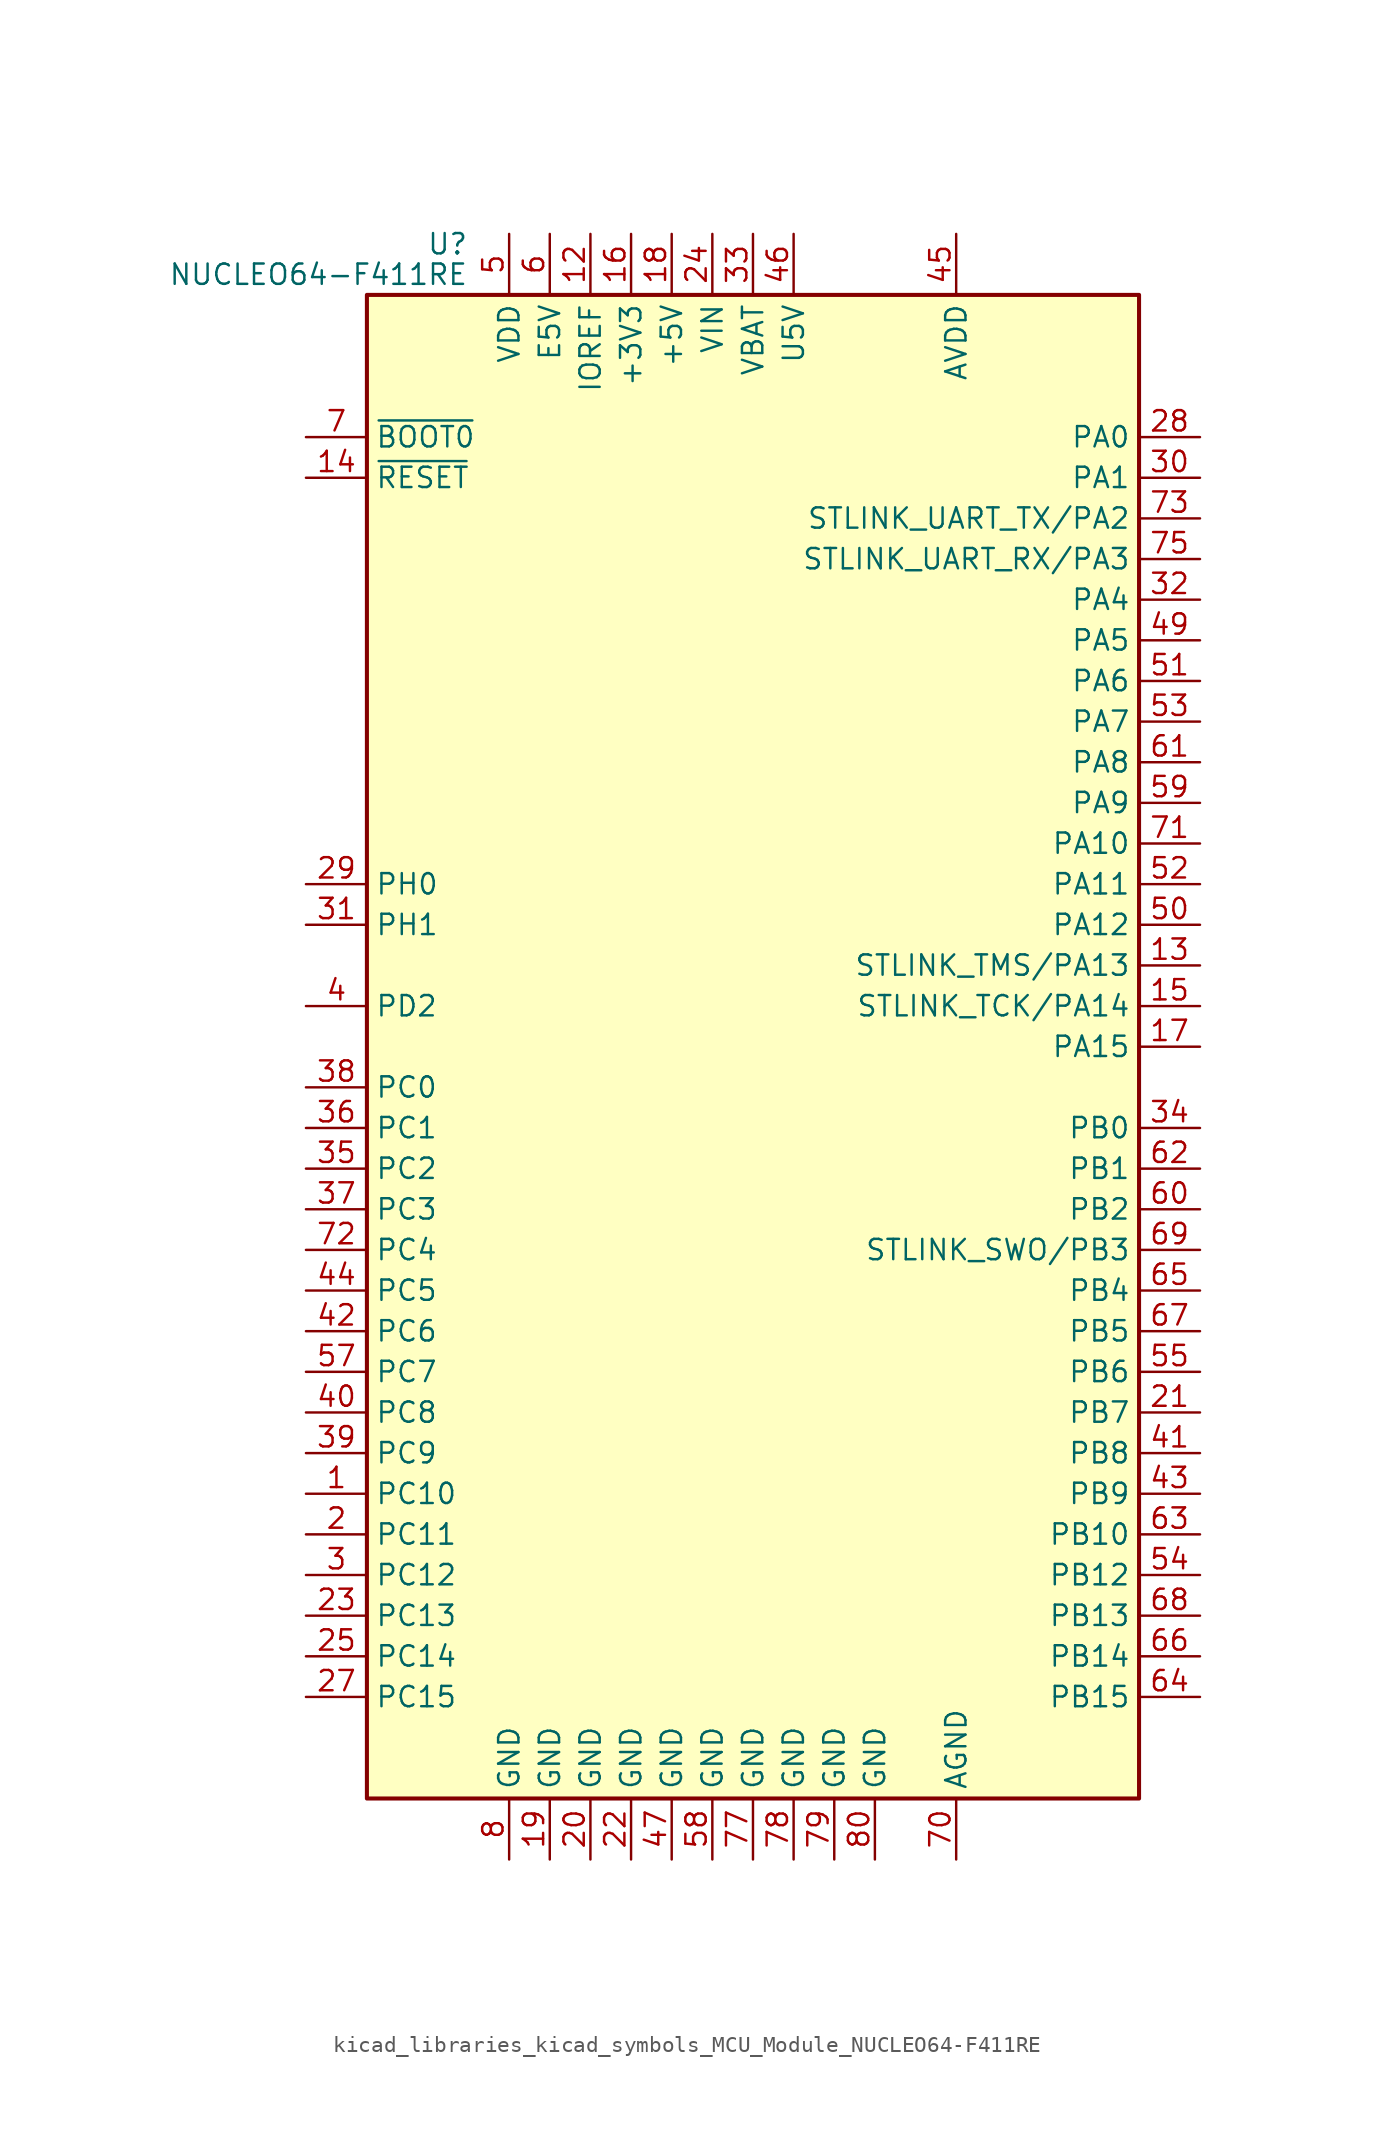
<source format=kicad_sym>
(kicad_symbol_lib
  (version 20220914)
  (generator kicad_symbol_editor)
  (symbol "kicad_libraries_kicad_symbols_MCU_Module_NUCLEO64-F411RE"
    (property "Reference" "U"
      (at -17.78 50.165 0)
      (effects (font (size 1.27 1.27)) (justify right)))
    (property "Value" "NUCLEO64-F411RE"
      (at -17.78 48.26 0)
      (effects (font (size 1.27 1.27)) (justify right)))
    (symbol "kicad_libraries_kicad_symbols_MCU_Module_NUCLEO64-F411RE_0_1"
      (rectangle (start -24.13 -46.99) (end 24.13 46.99) (stroke (width 0.254) (type default)) (fill (type background))))
    (symbol "kicad_libraries_kicad_symbols_MCU_Module_NUCLEO64-F411RE_1_1"
      (pin bidirectional line (at -27.94 -27.94 0) (length 3.81) (name "PC10" (effects (font (size 1.27 1.27)))) (number "1" (effects (font (size 1.27 1.27)))))
      (pin no_connect line (at -24.13 20.32 0) (length 3.81) hide (name "NC" (effects (font (size 1.27 1.27)))) (number "10" (effects (font (size 1.27 1.27)))))
      (pin no_connect line (at -24.13 15.24 0) (length 3.81) hide (name "NC" (effects (font (size 1.27 1.27)))) (number "11" (effects (font (size 1.27 1.27)))))
      (pin power_in line (at -10.16 50.8 270) (length 3.81) (name "IOREF" (effects (font (size 1.27 1.27)))) (number "12" (effects (font (size 1.27 1.27)))))
      (pin bidirectional line (at 27.94 5.08 180) (length 3.81) (name "STLINK_TMS/PA13" (effects (font (size 1.27 1.27)))) (number "13" (effects (font (size 1.27 1.27)))))
      (pin input line (at -27.94 35.56 0) (length 3.81) (name "~{RESET}" (effects (font (size 1.27 1.27)))) (number "14" (effects (font (size 1.27 1.27)))))
      (pin bidirectional line (at 27.94 2.54 180) (length 3.81) (name "STLINK_TCK/PA14" (effects (font (size 1.27 1.27)))) (number "15" (effects (font (size 1.27 1.27)))))
      (pin power_in line (at -7.62 50.8 270) (length 3.81) (name "+3V3" (effects (font (size 1.27 1.27)))) (number "16" (effects (font (size 1.27 1.27)))))
      (pin bidirectional line (at 27.94 0 180) (length 3.81) (name "PA15" (effects (font (size 1.27 1.27)))) (number "17" (effects (font (size 1.27 1.27)))))
      (pin power_in line (at -5.08 50.8 270) (length 3.81) (name "+5V" (effects (font (size 1.27 1.27)))) (number "18" (effects (font (size 1.27 1.27)))))
      (pin power_in line (at -12.7 -50.8 90) (length 3.81) (name "GND" (effects (font (size 1.27 1.27)))) (number "19" (effects (font (size 1.27 1.27)))))
      (pin bidirectional line (at -27.94 -30.48 0) (length 3.81) (name "PC11" (effects (font (size 1.27 1.27)))) (number "2" (effects (font (size 1.27 1.27)))))
      (pin power_in line (at -10.16 -50.8 90) (length 3.81) (name "GND" (effects (font (size 1.27 1.27)))) (number "20" (effects (font (size 1.27 1.27)))))
      (pin bidirectional line (at 27.94 -22.86 180) (length 3.81) (name "PB7" (effects (font (size 1.27 1.27)))) (number "21" (effects (font (size 1.27 1.27)))))
      (pin power_in line (at -7.62 -50.8 90) (length 3.81) (name "GND" (effects (font (size 1.27 1.27)))) (number "22" (effects (font (size 1.27 1.27)))))
      (pin bidirectional line (at -27.94 -35.56 0) (length 3.81) (name "PC13" (effects (font (size 1.27 1.27)))) (number "23" (effects (font (size 1.27 1.27)))))
      (pin power_in line (at -2.54 50.8 270) (length 3.81) (name "VIN" (effects (font (size 1.27 1.27)))) (number "24" (effects (font (size 1.27 1.27)))))
      (pin bidirectional line (at -27.94 -38.1 0) (length 3.81) (name "PC14" (effects (font (size 1.27 1.27)))) (number "25" (effects (font (size 1.27 1.27)))))
      (pin no_connect line (at -24.13 22.86 0) (length 3.81) hide (name "NC" (effects (font (size 1.27 1.27)))) (number "26" (effects (font (size 1.27 1.27)))))
      (pin bidirectional line (at -27.94 -40.64 0) (length 3.81) (name "PC15" (effects (font (size 1.27 1.27)))) (number "27" (effects (font (size 1.27 1.27)))))
      (pin bidirectional line (at 27.94 38.1 180) (length 3.81) (name "PA0" (effects (font (size 1.27 1.27)))) (number "28" (effects (font (size 1.27 1.27)))))
      (pin bidirectional line (at -27.94 10.16 0) (length 3.81) (name "PH0" (effects (font (size 1.27 1.27)))) (number "29" (effects (font (size 1.27 1.27)))))
      (pin bidirectional line (at -27.94 -33.02 0) (length 3.81) (name "PC12" (effects (font (size 1.27 1.27)))) (number "3" (effects (font (size 1.27 1.27)))))
      (pin bidirectional line (at 27.94 35.56 180) (length 3.81) (name "PA1" (effects (font (size 1.27 1.27)))) (number "30" (effects (font (size 1.27 1.27)))))
      (pin bidirectional line (at -27.94 7.62 0) (length 3.81) (name "PH1" (effects (font (size 1.27 1.27)))) (number "31" (effects (font (size 1.27 1.27)))))
      (pin bidirectional line (at 27.94 27.94 180) (length 3.81) (name "PA4" (effects (font (size 1.27 1.27)))) (number "32" (effects (font (size 1.27 1.27)))))
      (pin power_in line (at 0 50.8 270) (length 3.81) (name "VBAT" (effects (font (size 1.27 1.27)))) (number "33" (effects (font (size 1.27 1.27)))))
      (pin bidirectional line (at 27.94 -5.08 180) (length 3.81) (name "PB0" (effects (font (size 1.27 1.27)))) (number "34" (effects (font (size 1.27 1.27)))))
      (pin bidirectional line (at -27.94 -7.62 0) (length 3.81) (name "PC2" (effects (font (size 1.27 1.27)))) (number "35" (effects (font (size 1.27 1.27)))))
      (pin bidirectional line (at -27.94 -5.08 0) (length 3.81) (name "PC1" (effects (font (size 1.27 1.27)))) (number "36" (effects (font (size 1.27 1.27)))))
      (pin bidirectional line (at -27.94 -10.16 0) (length 3.81) (name "PC3" (effects (font (size 1.27 1.27)))) (number "37" (effects (font (size 1.27 1.27)))))
      (pin bidirectional line (at -27.94 -2.54 0) (length 3.81) (name "PC0" (effects (font (size 1.27 1.27)))) (number "38" (effects (font (size 1.27 1.27)))))
      (pin bidirectional line (at -27.94 -25.4 0) (length 3.81) (name "PC9" (effects (font (size 1.27 1.27)))) (number "39" (effects (font (size 1.27 1.27)))))
      (pin bidirectional line (at -27.94 2.54 0) (length 3.81) (name "PD2" (effects (font (size 1.27 1.27)))) (number "4" (effects (font (size 1.27 1.27)))))
      (pin bidirectional line (at -27.94 -22.86 0) (length 3.81) (name "PC8" (effects (font (size 1.27 1.27)))) (number "40" (effects (font (size 1.27 1.27)))))
      (pin bidirectional line (at 27.94 -25.4 180) (length 3.81) (name "PB8" (effects (font (size 1.27 1.27)))) (number "41" (effects (font (size 1.27 1.27)))))
      (pin bidirectional line (at -27.94 -17.78 0) (length 3.81) (name "PC6" (effects (font (size 1.27 1.27)))) (number "42" (effects (font (size 1.27 1.27)))))
      (pin bidirectional line (at 27.94 -27.94 180) (length 3.81) (name "PB9" (effects (font (size 1.27 1.27)))) (number "43" (effects (font (size 1.27 1.27)))))
      (pin bidirectional line (at -27.94 -15.24 0) (length 3.81) (name "PC5" (effects (font (size 1.27 1.27)))) (number "44" (effects (font (size 1.27 1.27)))))
      (pin power_in line (at 12.7 50.8 270) (length 3.81) (name "AVDD" (effects (font (size 1.27 1.27)))) (number "45" (effects (font (size 1.27 1.27)))))
      (pin power_in line (at 2.54 50.8 270) (length 3.81) (name "U5V" (effects (font (size 1.27 1.27)))) (number "46" (effects (font (size 1.27 1.27)))))
      (pin power_in line (at -5.08 -50.8 90) (length 3.81) (name "GND" (effects (font (size 1.27 1.27)))) (number "47" (effects (font (size 1.27 1.27)))))
      (pin no_connect line (at -24.13 25.4 0) (length 3.81) hide (name "NC" (effects (font (size 1.27 1.27)))) (number "48" (effects (font (size 1.27 1.27)))))
      (pin bidirectional line (at 27.94 25.4 180) (length 3.81) (name "PA5" (effects (font (size 1.27 1.27)))) (number "49" (effects (font (size 1.27 1.27)))))
      (pin power_in line (at -15.24 50.8 270) (length 3.81) (name "VDD" (effects (font (size 1.27 1.27)))) (number "5" (effects (font (size 1.27 1.27)))))
      (pin bidirectional line (at 27.94 7.62 180) (length 3.81) (name "PA12" (effects (font (size 1.27 1.27)))) (number "50" (effects (font (size 1.27 1.27)))))
      (pin bidirectional line (at 27.94 22.86 180) (length 3.81) (name "PA6" (effects (font (size 1.27 1.27)))) (number "51" (effects (font (size 1.27 1.27)))))
      (pin bidirectional line (at 27.94 10.16 180) (length 3.81) (name "PA11" (effects (font (size 1.27 1.27)))) (number "52" (effects (font (size 1.27 1.27)))))
      (pin bidirectional line (at 27.94 20.32 180) (length 3.81) (name "PA7" (effects (font (size 1.27 1.27)))) (number "53" (effects (font (size 1.27 1.27)))))
      (pin bidirectional line (at 27.94 -33.02 180) (length 3.81) (name "PB12" (effects (font (size 1.27 1.27)))) (number "54" (effects (font (size 1.27 1.27)))))
      (pin bidirectional line (at 27.94 -20.32 180) (length 3.81) (name "PB6" (effects (font (size 1.27 1.27)))) (number "55" (effects (font (size 1.27 1.27)))))
      (pin no_connect line (at -24.13 33.02 0) (length 3.81) hide (name "NC" (effects (font (size 1.27 1.27)))) (number "56" (effects (font (size 1.27 1.27)))))
      (pin bidirectional line (at -27.94 -20.32 0) (length 3.81) (name "PC7" (effects (font (size 1.27 1.27)))) (number "57" (effects (font (size 1.27 1.27)))))
      (pin power_in line (at -2.54 -50.8 90) (length 3.81) (name "GND" (effects (font (size 1.27 1.27)))) (number "58" (effects (font (size 1.27 1.27)))))
      (pin bidirectional line (at 27.94 15.24 180) (length 3.81) (name "PA9" (effects (font (size 1.27 1.27)))) (number "59" (effects (font (size 1.27 1.27)))))
      (pin power_in line (at -12.7 50.8 270) (length 3.81) (name "E5V" (effects (font (size 1.27 1.27)))) (number "6" (effects (font (size 1.27 1.27)))))
      (pin bidirectional line (at 27.94 -10.16 180) (length 3.81) (name "PB2" (effects (font (size 1.27 1.27)))) (number "60" (effects (font (size 1.27 1.27)))))
      (pin bidirectional line (at 27.94 17.78 180) (length 3.81) (name "PA8" (effects (font (size 1.27 1.27)))) (number "61" (effects (font (size 1.27 1.27)))))
      (pin bidirectional line (at 27.94 -7.62 180) (length 3.81) (name "PB1" (effects (font (size 1.27 1.27)))) (number "62" (effects (font (size 1.27 1.27)))))
      (pin bidirectional line (at 27.94 -30.48 180) (length 3.81) (name "PB10" (effects (font (size 1.27 1.27)))) (number "63" (effects (font (size 1.27 1.27)))))
      (pin bidirectional line (at 27.94 -40.64 180) (length 3.81) (name "PB15" (effects (font (size 1.27 1.27)))) (number "64" (effects (font (size 1.27 1.27)))))
      (pin bidirectional line (at 27.94 -15.24 180) (length 3.81) (name "PB4" (effects (font (size 1.27 1.27)))) (number "65" (effects (font (size 1.27 1.27)))))
      (pin bidirectional line (at 27.94 -38.1 180) (length 3.81) (name "PB14" (effects (font (size 1.27 1.27)))) (number "66" (effects (font (size 1.27 1.27)))))
      (pin bidirectional line (at 27.94 -17.78 180) (length 3.81) (name "PB5" (effects (font (size 1.27 1.27)))) (number "67" (effects (font (size 1.27 1.27)))))
      (pin bidirectional line (at 27.94 -35.56 180) (length 3.81) (name "PB13" (effects (font (size 1.27 1.27)))) (number "68" (effects (font (size 1.27 1.27)))))
      (pin bidirectional line (at 27.94 -12.7 180) (length 3.81) (name "STLINK_SWO/PB3" (effects (font (size 1.27 1.27)))) (number "69" (effects (font (size 1.27 1.27)))))
      (pin input line (at -27.94 38.1 0) (length 3.81) (name "~{BOOT0}" (effects (font (size 1.27 1.27)))) (number "7" (effects (font (size 1.27 1.27)))))
      (pin power_in line (at 12.7 -50.8 90) (length 3.81) (name "AGND" (effects (font (size 1.27 1.27)))) (number "70" (effects (font (size 1.27 1.27)))))
      (pin bidirectional line (at 27.94 12.7 180) (length 3.81) (name "PA10" (effects (font (size 1.27 1.27)))) (number "71" (effects (font (size 1.27 1.27)))))
      (pin bidirectional line (at -27.94 -12.7 0) (length 3.81) (name "PC4" (effects (font (size 1.27 1.27)))) (number "72" (effects (font (size 1.27 1.27)))))
      (pin bidirectional line (at 27.94 33.02 180) (length 3.81) (name "STLINK_UART_TX/PA2" (effects (font (size 1.27 1.27)))) (number "73" (effects (font (size 1.27 1.27)))))
      (pin no_connect line (at -24.13 30.48 0) (length 3.81) hide (name "NC" (effects (font (size 1.27 1.27)))) (number "74" (effects (font (size 1.27 1.27)))))
      (pin bidirectional line (at 27.94 30.48 180) (length 3.81) (name "STLINK_UART_RX/PA3" (effects (font (size 1.27 1.27)))) (number "75" (effects (font (size 1.27 1.27)))))
      (pin no_connect line (at -24.13 27.94 0) (length 3.81) hide (name "NC" (effects (font (size 1.27 1.27)))) (number "76" (effects (font (size 1.27 1.27)))))
      (pin power_in line (at 0 -50.8 90) (length 3.81) (name "GND" (effects (font (size 1.27 1.27)))) (number "77" (effects (font (size 1.27 1.27)))))
      (pin power_in line (at 2.54 -50.8 90) (length 3.81) (name "GND" (effects (font (size 1.27 1.27)))) (number "78" (effects (font (size 1.27 1.27)))))
      (pin power_in line (at 5.08 -50.8 90) (length 3.81) (name "GND" (effects (font (size 1.27 1.27)))) (number "79" (effects (font (size 1.27 1.27)))))
      (pin power_in line (at -15.24 -50.8 90) (length 3.81) (name "GND" (effects (font (size 1.27 1.27)))) (number "8" (effects (font (size 1.27 1.27)))))
      (pin power_in line (at 7.62 -50.8 90) (length 3.81) (name "GND" (effects (font (size 1.27 1.27)))) (number "80" (effects (font (size 1.27 1.27)))))
      (pin no_connect line (at -24.13 17.78 0) (length 3.81) hide (name "NC" (effects (font (size 1.27 1.27)))) (number "9" (effects (font (size 1.27 1.27))))))))
</source>
